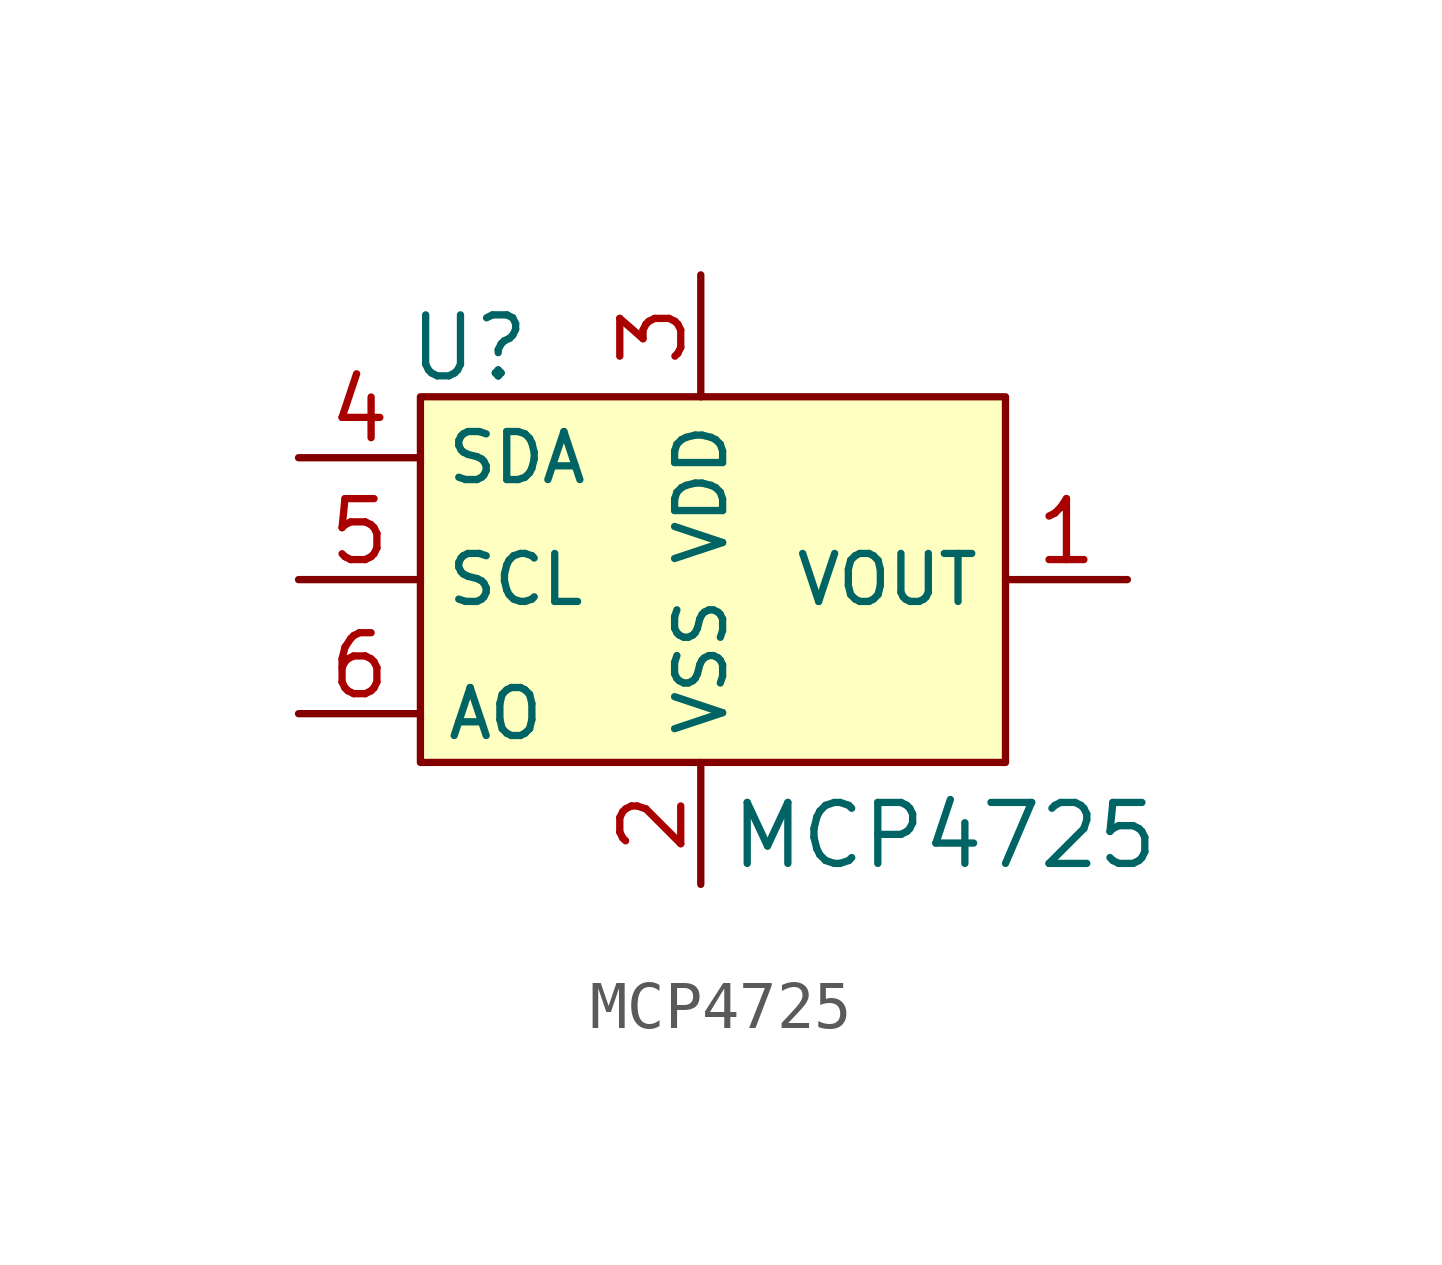
<source format=kicad_sym>
(kicad_symbol_lib
  (version 20211014)
  (generator kicad_symbol_editor)
  (symbol "MCP4725"
    (property "Reference" "U"
      (at -4.826 4.826 0)
      (effects (font (size 1.27 1.27))))
    (property "Value" "MCP4725"
      (at 5.08 -5.334 0)
      (effects (font (size 1.27 1.27))))
    (symbol "MCP4725_0_1"
      (rectangle (start -5.842 3.81) (end 6.35 -3.81) (stroke (width 0) (type default) (color 0 0 0 0)) (fill (type background))))
    (symbol "MCP4725_1_1"
      (pin output line (at 8.89 0 180) (length 2.54) (name "VOUT" (effects (font (size 1 1)))) (number "1" (effects (font (size 1.27 1.27)))))
      (pin power_in line (at 0 -6.35 90) (length 2.54) (name "VSS" (effects (font (size 1 1)))) (number "2" (effects (font (size 1.27 1.27)))))
      (pin power_in line (at 0 6.35 270) (length 2.54) (name "VDD" (effects (font (size 1 1)))) (number "3" (effects (font (size 1.27 1.27)))))
      (pin bidirectional line (at -8.382 2.54 0) (length 2.54) (name "SDA" (effects (font (size 1 1)))) (number "4" (effects (font (size 1.27 1.27)))))
      (pin input line (at -8.382 0 0) (length 2.54) (name "SCL" (effects (font (size 1 1)))) (number "5" (effects (font (size 1.27 1.27)))))
      (pin input line (at -8.382 -2.794 0) (length 2.54) (name "AO" (effects (font (size 1 1)))) (number "6" (effects (font (size 1.27 1.27))))))))
</source>
